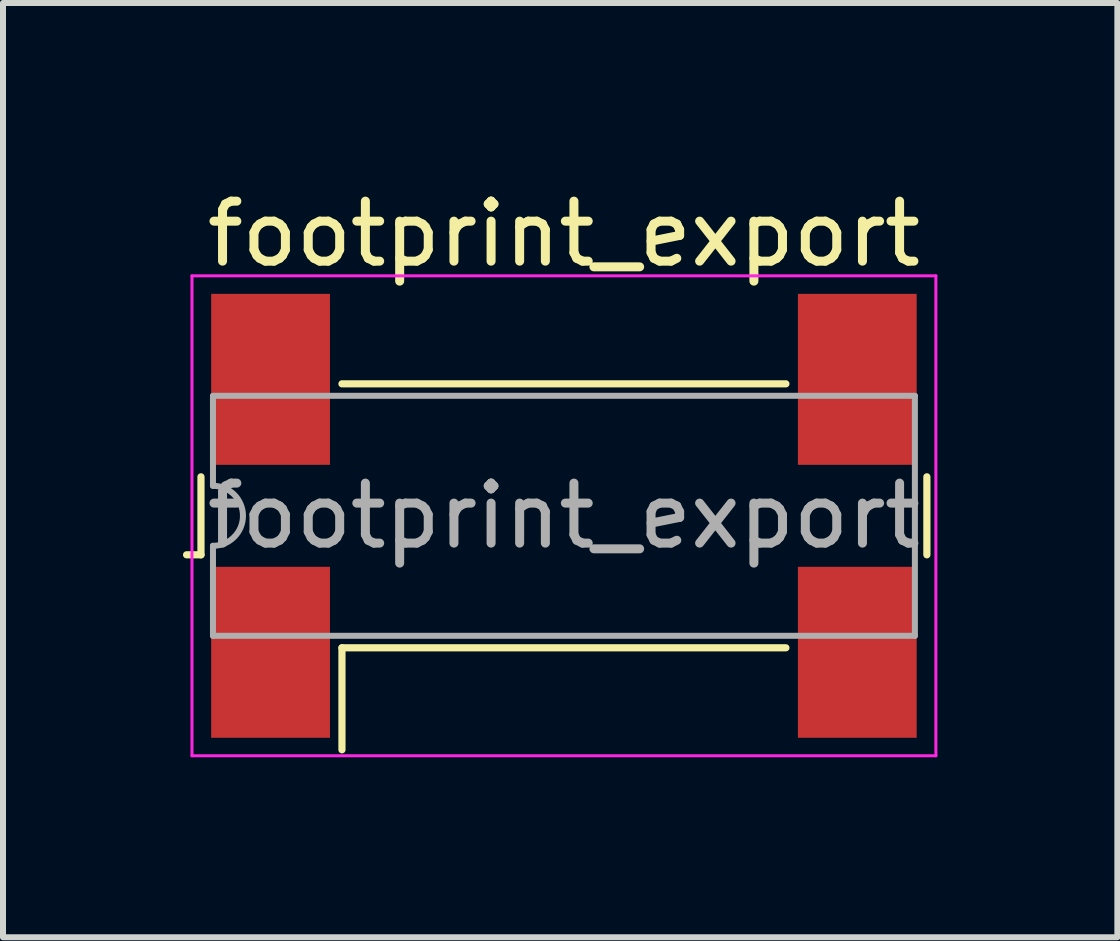
<source format=kicad_pcb>
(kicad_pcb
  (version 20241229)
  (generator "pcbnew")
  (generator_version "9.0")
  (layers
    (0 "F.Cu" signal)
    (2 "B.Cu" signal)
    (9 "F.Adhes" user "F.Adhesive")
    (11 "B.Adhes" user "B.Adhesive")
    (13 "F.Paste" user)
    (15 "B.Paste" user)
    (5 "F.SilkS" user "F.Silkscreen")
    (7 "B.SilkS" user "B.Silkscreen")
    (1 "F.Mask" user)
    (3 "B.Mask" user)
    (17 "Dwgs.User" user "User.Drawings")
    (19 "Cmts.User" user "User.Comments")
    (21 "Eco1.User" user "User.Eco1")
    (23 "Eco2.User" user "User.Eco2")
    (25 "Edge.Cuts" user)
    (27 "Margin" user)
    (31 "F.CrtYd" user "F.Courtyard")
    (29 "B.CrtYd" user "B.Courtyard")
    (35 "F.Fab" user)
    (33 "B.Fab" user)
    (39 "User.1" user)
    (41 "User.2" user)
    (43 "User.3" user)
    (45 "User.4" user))
  (footprint "footprint_export"
    (layer "F.Cu")
    (at 6.35 5.548)
    (property "Reference" "footprint_export" (at 0 -4.7 0) (layer "F.SilkS") (effects (font (size 1 1) (thickness 0.15))))
    (attr smd)
    (fp_line (start -6.29 0.65) (end -6.05 0.65) (stroke (width 0.12) (type solid)) (layer "F.SilkS"))
    (fp_line (start -6.05 0.65) (end -6.05 -0.65) (stroke (width 0.12) (type solid)) (layer "F.SilkS"))
    (fp_line (start -3.7 -2.2) (end 3.7 -2.2) (stroke (width 0.12) (type solid)) (layer "F.SilkS"))
    (fp_line (start -3.7 2.2) (end -3.7 3.9) (stroke (width 0.12) (type solid)) (layer "F.SilkS"))
    (fp_line (start 3.7 2.2) (end -3.7 2.2) (stroke (width 0.12) (type solid)) (layer "F.SilkS"))
    (fp_line (start 6.05 -0.65) (end 6.05 0.65) (stroke (width 0.12) (type solid)) (layer "F.SilkS"))
    (fp_line (start -6.2 -4) (end -6.2 4) (stroke (width 0.05) (type solid)) (layer "F.CrtYd"))
    (fp_line (start -6.2 4) (end 6.2 4) (stroke (width 0.05) (type solid)) (layer "F.CrtYd"))
    (fp_line (start 6.2 -4) (end -6.2 -4) (stroke (width 0.05) (type solid)) (layer "F.CrtYd"))
    (fp_line (start 6.2 4) (end 6.2 -4) (stroke (width 0.05) (type solid)) (layer "F.CrtYd"))
    (fp_line (start -5.85 -2) (end 5.85 -2) (stroke (width 0.1) (type solid)) (layer "F.Fab"))
    (fp_line (start -5.85 -0.5) (end -5.85 -2) (stroke (width 0.1) (type solid)) (layer "F.Fab"))
    (fp_line (start -5.85 2) (end -5.85 0.5) (stroke (width 0.1) (type solid)) (layer "F.Fab"))
    (fp_line (start 5.85 -2) (end 5.85 2) (stroke (width 0.1) (type solid)) (layer "F.Fab"))
    (fp_line (start 5.85 2) (end -5.85 2) (stroke (width 0.1) (type solid)) (layer "F.Fab"))
    (fp_arc (start -5.85 -0.5) (mid -5.35 0) (end -5.85 0.5) (stroke (width 0.1) (type solid)) (layer "F.Fab"))
    (fp_text user "${REFERENCE}" (at 0 0 0) (layer "F.Fab") (effects (font (size 1 1) (thickness 0.15))))
    (pad "1" smd rect (at -4.89 2.275) (size 1.98 2.85) (layers "F.Cu" "F.Mask" "F.Paste"))
    (pad "2" smd rect (at 4.89 2.275) (size 1.98 2.85) (layers "F.Cu" "F.Mask" "F.Paste"))
    (pad "3" smd rect (at 4.89 -2.275) (size 1.98 2.85) (layers "F.Cu" "F.Mask" "F.Paste"))
    (pad "4" smd rect (at -4.89 -2.275) (size 1.98 2.85) (layers "F.Cu" "F.Mask" "F.Paste")))
  (gr_rect
    (start -3 -3)
    (end 15.575 12.573)
    (stroke (width 0.1) (type default))
    (fill no)
    (layer "Edge.Cuts")))
</source>
